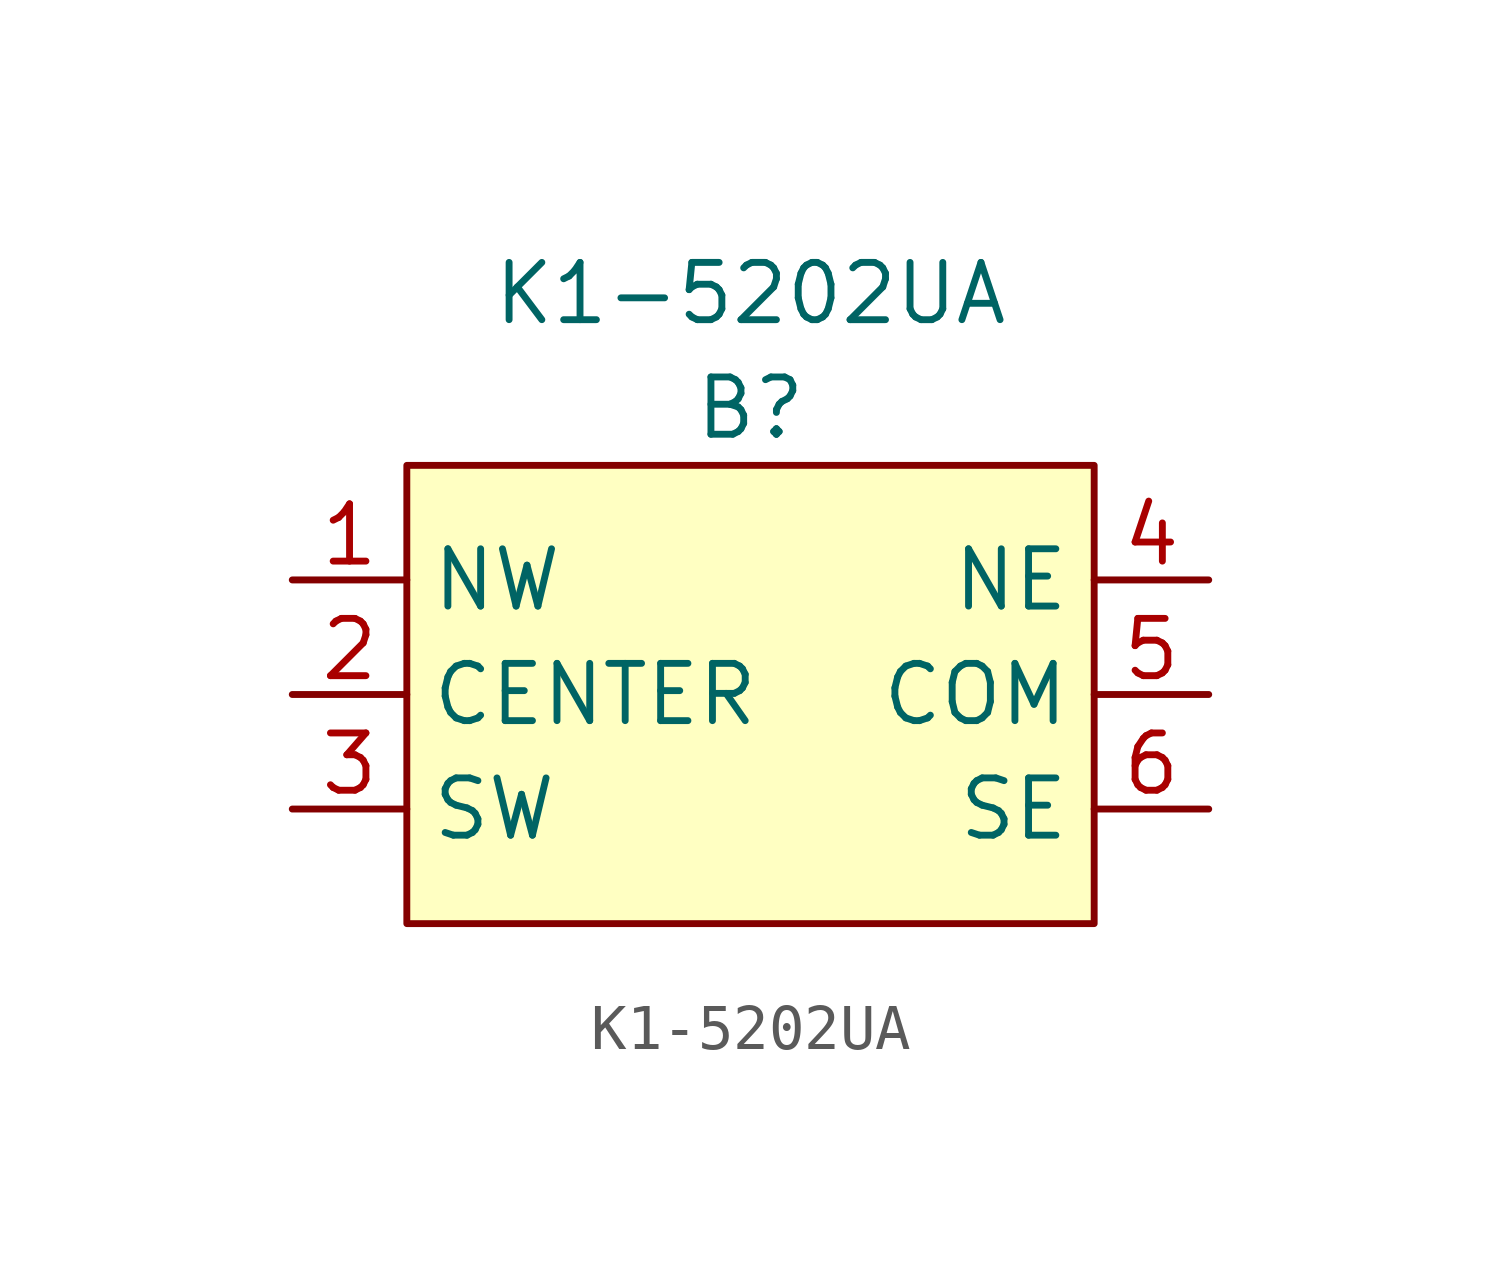
<source format=kicad_sym>
(kicad_symbol_lib
  (version 20211014)
  (generator kicad_symbol_editor)
  (symbol "K1-5202UA"
    (property "Reference" "B"
      (at 0 6.35 0)
      (effects (font (size 1.27 1.27))))
    (property "Value" "K1-5202UA"
      (at 0 8.89 0)
      (effects (font (size 1.27 1.27))))
    (symbol "K1-5202UA_0_1"
      (rectangle (start -7.62 5.08) (end 7.62 -5.08) (stroke (width 0) (type default) (color 0 0 0 0)) (fill (type background))))
    (symbol "K1-5202UA_1_1"
      (pin input line (at -10.16 2.54 0) (length 2.54) (name "NW" (effects (font (size 1.27 1.27)))) (number "1" (effects (font (size 1.27 1.27)))))
      (pin input line (at -10.16 0 0) (length 2.54) (name "CENTER" (effects (font (size 1.27 1.27)))) (number "2" (effects (font (size 1.27 1.27)))))
      (pin input line (at -10.16 -2.54 0) (length 2.54) (name "SW" (effects (font (size 1.27 1.27)))) (number "3" (effects (font (size 1.27 1.27)))))
      (pin input line (at 10.16 2.54 180) (length 2.54) (name "NE" (effects (font (size 1.27 1.27)))) (number "4" (effects (font (size 1.27 1.27)))))
      (pin input line (at 10.16 0 180) (length 2.54) (name "COM" (effects (font (size 1.27 1.27)))) (number "5" (effects (font (size 1.27 1.27)))))
      (pin input line (at 10.16 -2.54 180) (length 2.54) (name "SE" (effects (font (size 1.27 1.27)))) (number "6" (effects (font (size 1.27 1.27))))))))
</source>
